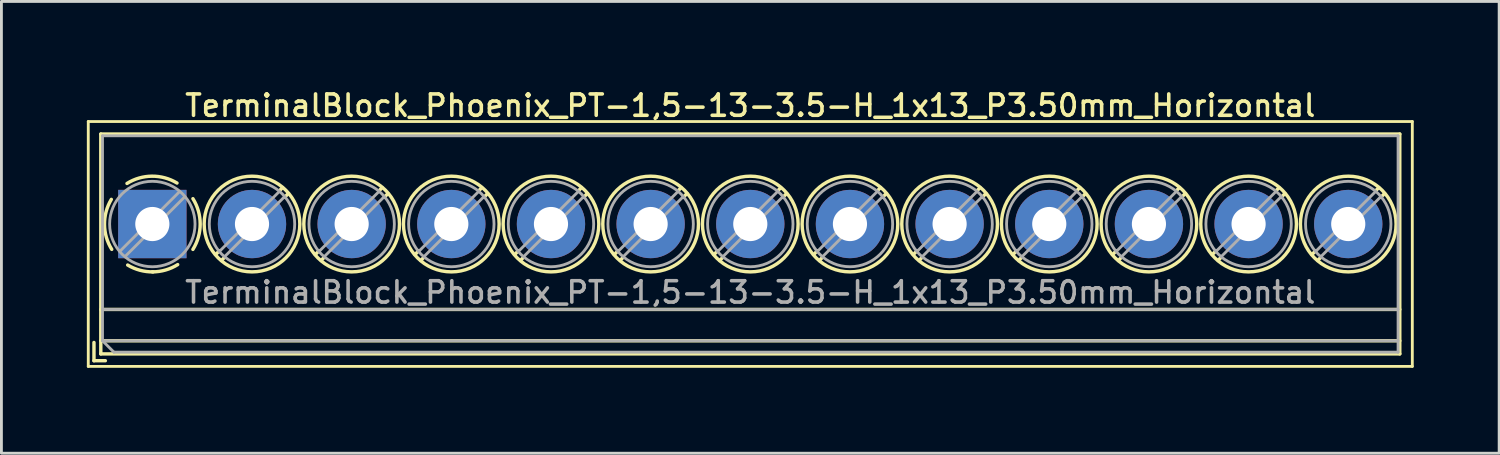
<source format=kicad_pcb>
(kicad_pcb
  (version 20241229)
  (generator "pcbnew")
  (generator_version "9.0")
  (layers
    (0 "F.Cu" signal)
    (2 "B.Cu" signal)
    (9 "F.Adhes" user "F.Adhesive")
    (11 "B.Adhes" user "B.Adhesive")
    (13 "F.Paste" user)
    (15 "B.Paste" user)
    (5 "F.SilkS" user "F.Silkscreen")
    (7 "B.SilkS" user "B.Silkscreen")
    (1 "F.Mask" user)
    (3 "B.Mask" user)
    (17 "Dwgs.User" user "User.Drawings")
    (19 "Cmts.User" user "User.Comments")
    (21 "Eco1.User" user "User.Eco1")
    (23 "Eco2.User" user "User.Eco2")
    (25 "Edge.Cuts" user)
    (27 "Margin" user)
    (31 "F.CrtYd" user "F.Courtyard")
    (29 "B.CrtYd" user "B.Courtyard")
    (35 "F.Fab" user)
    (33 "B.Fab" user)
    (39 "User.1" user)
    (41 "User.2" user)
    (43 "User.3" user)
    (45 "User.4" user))
  (footprint "TerminalBlock_Phoenix_PT-1,5-13-3.5-H_1x13_P3.50mm_Horizontal"
    (layer "F.Cu")
    (at 2.3 4.818)
    (property "Reference" "TerminalBlock_Phoenix_PT-1,5-13-3.5-H_1x13_P3.50mm_Horizontal" (at 21 -4.16 0) (layer "F.SilkS") (effects (font (size 0.75 0.75) (thickness 0.125))))
    (attr through_hole)
    (fp_line (start -2.25 -3.6) (end -2.25 5) (stroke (width 0.1) (type solid)) (layer "F.SilkS"))
    (fp_line (start -2.25 5) (end 44.25 5) (stroke (width 0.1) (type solid)) (layer "F.SilkS"))
    (fp_line (start -2.05 4.16) (end -2.05 4.8) (stroke (width 0.12) (type solid)) (layer "F.SilkS"))
    (fp_line (start -2.05 4.8) (end -1.65 4.8) (stroke (width 0.12) (type solid)) (layer "F.SilkS"))
    (fp_line (start -1.81 -3.16) (end -1.81 4.56) (stroke (width 0.12) (type solid)) (layer "F.SilkS"))
    (fp_line (start -1.81 -3.16) (end 43.81 -3.16) (stroke (width 0.12) (type solid)) (layer "F.SilkS"))
    (fp_line (start -1.81 3) (end 43.81 3) (stroke (width 0.12) (type solid)) (layer "F.SilkS"))
    (fp_line (start -1.81 4.1) (end 43.81 4.1) (stroke (width 0.12) (type solid)) (layer "F.SilkS"))
    (fp_line (start -1.81 4.56) (end 43.81 4.56) (stroke (width 0.12) (type solid)) (layer "F.SilkS"))
    (fp_line (start 2.355 0.941) (end 2.226 1.069) (stroke (width 0.12) (type solid)) (layer "F.SilkS"))
    (fp_line (start 2.525 1.181) (end 2.431 1.274) (stroke (width 0.12) (type solid)) (layer "F.SilkS"))
    (fp_line (start 4.57 -1.275) (end 4.476 -1.181) (stroke (width 0.12) (type solid)) (layer "F.SilkS"))
    (fp_line (start 4.775 -1.069) (end 4.646 -0.941) (stroke (width 0.12) (type solid)) (layer "F.SilkS"))
    (fp_line (start 5.855 0.941) (end 5.726 1.069) (stroke (width 0.12) (type solid)) (layer "F.SilkS"))
    (fp_line (start 6.025 1.181) (end 5.931 1.274) (stroke (width 0.12) (type solid)) (layer "F.SilkS"))
    (fp_line (start 8.07 -1.275) (end 7.976 -1.181) (stroke (width 0.12) (type solid)) (layer "F.SilkS"))
    (fp_line (start 8.275 -1.069) (end 8.146 -0.941) (stroke (width 0.12) (type solid)) (layer "F.SilkS"))
    (fp_line (start 9.355 0.941) (end 9.226 1.069) (stroke (width 0.12) (type solid)) (layer "F.SilkS"))
    (fp_line (start 9.525 1.181) (end 9.431 1.274) (stroke (width 0.12) (type solid)) (layer "F.SilkS"))
    (fp_line (start 11.57 -1.275) (end 11.476 -1.181) (stroke (width 0.12) (type solid)) (layer "F.SilkS"))
    (fp_line (start 11.775 -1.069) (end 11.646 -0.941) (stroke (width 0.12) (type solid)) (layer "F.SilkS"))
    (fp_line (start 12.855 0.941) (end 12.726 1.069) (stroke (width 0.12) (type solid)) (layer "F.SilkS"))
    (fp_line (start 13.025 1.181) (end 12.931 1.274) (stroke (width 0.12) (type solid)) (layer "F.SilkS"))
    (fp_line (start 15.07 -1.275) (end 14.976 -1.181) (stroke (width 0.12) (type solid)) (layer "F.SilkS"))
    (fp_line (start 15.275 -1.069) (end 15.146 -0.941) (stroke (width 0.12) (type solid)) (layer "F.SilkS"))
    (fp_line (start 16.355 0.941) (end 16.226 1.069) (stroke (width 0.12) (type solid)) (layer "F.SilkS"))
    (fp_line (start 16.525 1.181) (end 16.431 1.274) (stroke (width 0.12) (type solid)) (layer "F.SilkS"))
    (fp_line (start 18.57 -1.275) (end 18.476 -1.181) (stroke (width 0.12) (type solid)) (layer "F.SilkS"))
    (fp_line (start 18.775 -1.069) (end 18.646 -0.941) (stroke (width 0.12) (type solid)) (layer "F.SilkS"))
    (fp_line (start 19.855 0.941) (end 19.726 1.069) (stroke (width 0.12) (type solid)) (layer "F.SilkS"))
    (fp_line (start 20.025 1.181) (end 19.931 1.274) (stroke (width 0.12) (type solid)) (layer "F.SilkS"))
    (fp_line (start 22.07 -1.275) (end 21.976 -1.181) (stroke (width 0.12) (type solid)) (layer "F.SilkS"))
    (fp_line (start 22.275 -1.069) (end 22.146 -0.941) (stroke (width 0.12) (type solid)) (layer "F.SilkS"))
    (fp_line (start 23.355 0.941) (end 23.226 1.069) (stroke (width 0.12) (type solid)) (layer "F.SilkS"))
    (fp_line (start 23.525 1.181) (end 23.431 1.274) (stroke (width 0.12) (type solid)) (layer "F.SilkS"))
    (fp_line (start 25.57 -1.275) (end 25.476 -1.181) (stroke (width 0.12) (type solid)) (layer "F.SilkS"))
    (fp_line (start 25.775 -1.069) (end 25.646 -0.941) (stroke (width 0.12) (type solid)) (layer "F.SilkS"))
    (fp_line (start 26.855 0.941) (end 26.726 1.069) (stroke (width 0.12) (type solid)) (layer "F.SilkS"))
    (fp_line (start 27.025 1.181) (end 26.931 1.274) (stroke (width 0.12) (type solid)) (layer "F.SilkS"))
    (fp_line (start 29.07 -1.275) (end 28.976 -1.181) (stroke (width 0.12) (type solid)) (layer "F.SilkS"))
    (fp_line (start 29.275 -1.069) (end 29.146 -0.941) (stroke (width 0.12) (type solid)) (layer "F.SilkS"))
    (fp_line (start 30.355 0.941) (end 30.226 1.069) (stroke (width 0.12) (type solid)) (layer "F.SilkS"))
    (fp_line (start 30.525 1.181) (end 30.431 1.274) (stroke (width 0.12) (type solid)) (layer "F.SilkS"))
    (fp_line (start 32.57 -1.275) (end 32.476 -1.181) (stroke (width 0.12) (type solid)) (layer "F.SilkS"))
    (fp_line (start 32.775 -1.069) (end 32.646 -0.941) (stroke (width 0.12) (type solid)) (layer "F.SilkS"))
    (fp_line (start 33.855 0.941) (end 33.726 1.069) (stroke (width 0.12) (type solid)) (layer "F.SilkS"))
    (fp_line (start 34.025 1.181) (end 33.931 1.274) (stroke (width 0.12) (type solid)) (layer "F.SilkS"))
    (fp_line (start 36.07 -1.275) (end 35.976 -1.181) (stroke (width 0.12) (type solid)) (layer "F.SilkS"))
    (fp_line (start 36.275 -1.069) (end 36.146 -0.941) (stroke (width 0.12) (type solid)) (layer "F.SilkS"))
    (fp_line (start 37.355 0.941) (end 37.226 1.069) (stroke (width 0.12) (type solid)) (layer "F.SilkS"))
    (fp_line (start 37.525 1.181) (end 37.431 1.274) (stroke (width 0.12) (type solid)) (layer "F.SilkS"))
    (fp_line (start 39.57 -1.275) (end 39.476 -1.181) (stroke (width 0.12) (type solid)) (layer "F.SilkS"))
    (fp_line (start 39.775 -1.069) (end 39.646 -0.941) (stroke (width 0.12) (type solid)) (layer "F.SilkS"))
    (fp_line (start 40.855 0.941) (end 40.726 1.069) (stroke (width 0.12) (type solid)) (layer "F.SilkS"))
    (fp_line (start 41.025 1.181) (end 40.931 1.274) (stroke (width 0.12) (type solid)) (layer "F.SilkS"))
    (fp_line (start 43.07 -1.275) (end 42.976 -1.181) (stroke (width 0.12) (type solid)) (layer "F.SilkS"))
    (fp_line (start 43.275 -1.069) (end 43.146 -0.941) (stroke (width 0.12) (type solid)) (layer "F.SilkS"))
    (fp_line (start 43.81 -3.16) (end 43.81 4.56) (stroke (width 0.12) (type solid)) (layer "F.SilkS"))
    (fp_line (start 44.25 -3.6) (end -2.25 -3.6) (stroke (width 0.1) (type solid)) (layer "F.SilkS"))
    (fp_line (start 44.25 5) (end 44.25 -3.6) (stroke (width 0.1) (type solid)) (layer "F.SilkS"))
    (fp_arc (start -1.425358 0.889894) (mid -1.680286 0.014012) (end -1.44 -0.866) (stroke (width 0.12) (type solid)) (layer "F.SilkS"))
    (fp_arc (start -0.889894 -1.425358) (mid -0.014012 -1.680286) (end 0.866 -1.44) (stroke (width 0.12) (type solid)) (layer "F.SilkS"))
    (fp_arc (start 0.028674 1.680099) (mid -0.435535 1.622918) (end -0.866 1.44) (stroke (width 0.12) (type solid)) (layer "F.SilkS"))
    (fp_arc (start 0.890264 1.424721) (mid 0.463071 1.61492) (end 0 1.68) (stroke (width 0.12) (type solid)) (layer "F.SilkS"))
    (fp_arc (start 1.425504 -0.890193) (mid 1.680626 0.000476) (end 1.425 0.891) (stroke (width 0.12) (type solid)) (layer "F.SilkS"))
    (fp_circle (center 3.5 0) (end 5.18 0) (stroke (width 0.12) (type solid)) (fill no) (layer "F.SilkS"))
    (fp_circle (center 7 0) (end 8.68 0) (stroke (width 0.12) (type solid)) (fill no) (layer "F.SilkS"))
    (fp_circle (center 10.5 0) (end 12.18 0) (stroke (width 0.12) (type solid)) (fill no) (layer "F.SilkS"))
    (fp_circle (center 14 0) (end 15.68 0) (stroke (width 0.12) (type solid)) (fill no) (layer "F.SilkS"))
    (fp_circle (center 17.5 0) (end 19.18 0) (stroke (width 0.12) (type solid)) (fill no) (layer "F.SilkS"))
    (fp_circle (center 21 0) (end 22.68 0) (stroke (width 0.12) (type solid)) (fill no) (layer "F.SilkS"))
    (fp_circle (center 24.5 0) (end 26.18 0) (stroke (width 0.12) (type solid)) (fill no) (layer "F.SilkS"))
    (fp_circle (center 28 0) (end 29.68 0) (stroke (width 0.12) (type solid)) (fill no) (layer "F.SilkS"))
    (fp_circle (center 31.5 0) (end 33.18 0) (stroke (width 0.12) (type solid)) (fill no) (layer "F.SilkS"))
    (fp_circle (center 35 0) (end 36.68 0) (stroke (width 0.12) (type solid)) (fill no) (layer "F.SilkS"))
    (fp_circle (center 38.5 0) (end 40.18 0) (stroke (width 0.12) (type solid)) (fill no) (layer "F.SilkS"))
    (fp_circle (center 42 0) (end 43.68 0) (stroke (width 0.12) (type solid)) (fill no) (layer "F.SilkS"))
    (fp_line (start -1.75 -3.1) (end 43.75 -3.1) (stroke (width 0.1) (type solid)) (layer "F.Fab"))
    (fp_line (start -1.75 3) (end 43.75 3) (stroke (width 0.1) (type solid)) (layer "F.Fab"))
    (fp_line (start -1.75 4.1) (end -1.75 -3.1) (stroke (width 0.1) (type solid)) (layer "F.Fab"))
    (fp_line (start -1.75 4.1) (end 43.75 4.1) (stroke (width 0.1) (type solid)) (layer "F.Fab"))
    (fp_line (start -1.35 4.5) (end -1.75 4.1) (stroke (width 0.1) (type solid)) (layer "F.Fab"))
    (fp_line (start 0.955 -1.138) (end -1.138 0.955) (stroke (width 0.1) (type solid)) (layer "F.Fab"))
    (fp_line (start 1.138 -0.955) (end -0.955 1.138) (stroke (width 0.1) (type solid)) (layer "F.Fab"))
    (fp_line (start 4.455 -1.138) (end 2.363 0.955) (stroke (width 0.1) (type solid)) (layer "F.Fab"))
    (fp_line (start 4.638 -0.955) (end 2.546 1.138) (stroke (width 0.1) (type solid)) (layer "F.Fab"))
    (fp_line (start 7.955 -1.138) (end 5.863 0.955) (stroke (width 0.1) (type solid)) (layer "F.Fab"))
    (fp_line (start 8.138 -0.955) (end 6.046 1.138) (stroke (width 0.1) (type solid)) (layer "F.Fab"))
    (fp_line (start 11.455 -1.138) (end 9.363 0.955) (stroke (width 0.1) (type solid)) (layer "F.Fab"))
    (fp_line (start 11.638 -0.955) (end 9.546 1.138) (stroke (width 0.1) (type solid)) (layer "F.Fab"))
    (fp_line (start 14.955 -1.138) (end 12.863 0.955) (stroke (width 0.1) (type solid)) (layer "F.Fab"))
    (fp_line (start 15.138 -0.955) (end 13.046 1.138) (stroke (width 0.1) (type solid)) (layer "F.Fab"))
    (fp_line (start 18.455 -1.138) (end 16.363 0.955) (stroke (width 0.1) (type solid)) (layer "F.Fab"))
    (fp_line (start 18.638 -0.955) (end 16.546 1.138) (stroke (width 0.1) (type solid)) (layer "F.Fab"))
    (fp_line (start 21.955 -1.138) (end 19.863 0.955) (stroke (width 0.1) (type solid)) (layer "F.Fab"))
    (fp_line (start 22.138 -0.955) (end 20.046 1.138) (stroke (width 0.1) (type solid)) (layer "F.Fab"))
    (fp_line (start 25.455 -1.138) (end 23.363 0.955) (stroke (width 0.1) (type solid)) (layer "F.Fab"))
    (fp_line (start 25.638 -0.955) (end 23.546 1.138) (stroke (width 0.1) (type solid)) (layer "F.Fab"))
    (fp_line (start 28.955 -1.138) (end 26.863 0.955) (stroke (width 0.1) (type solid)) (layer "F.Fab"))
    (fp_line (start 29.138 -0.955) (end 27.046 1.138) (stroke (width 0.1) (type solid)) (layer "F.Fab"))
    (fp_line (start 32.455 -1.138) (end 30.363 0.955) (stroke (width 0.1) (type solid)) (layer "F.Fab"))
    (fp_line (start 32.638 -0.955) (end 30.546 1.138) (stroke (width 0.1) (type solid)) (layer "F.Fab"))
    (fp_line (start 35.955 -1.138) (end 33.863 0.955) (stroke (width 0.1) (type solid)) (layer "F.Fab"))
    (fp_line (start 36.138 -0.955) (end 34.046 1.138) (stroke (width 0.1) (type solid)) (layer "F.Fab"))
    (fp_line (start 39.455 -1.138) (end 37.363 0.955) (stroke (width 0.1) (type solid)) (layer "F.Fab"))
    (fp_line (start 39.638 -0.955) (end 37.546 1.138) (stroke (width 0.1) (type solid)) (layer "F.Fab"))
    (fp_line (start 42.955 -1.138) (end 40.863 0.955) (stroke (width 0.1) (type solid)) (layer "F.Fab"))
    (fp_line (start 43.138 -0.955) (end 41.046 1.138) (stroke (width 0.1) (type solid)) (layer "F.Fab"))
    (fp_line (start 43.75 -3.1) (end 43.75 4.5) (stroke (width 0.1) (type solid)) (layer "F.Fab"))
    (fp_line (start 43.75 4.5) (end -1.35 4.5) (stroke (width 0.1) (type solid)) (layer "F.Fab"))
    (fp_circle (center 0 0) (end 1.5 0) (stroke (width 0.1) (type solid)) (fill no) (layer "F.Fab"))
    (fp_circle (center 3.5 0) (end 5 0) (stroke (width 0.1) (type solid)) (fill no) (layer "F.Fab"))
    (fp_circle (center 7 0) (end 8.5 0) (stroke (width 0.1) (type solid)) (fill no) (layer "F.Fab"))
    (fp_circle (center 10.5 0) (end 12 0) (stroke (width 0.1) (type solid)) (fill no) (layer "F.Fab"))
    (fp_circle (center 14 0) (end 15.5 0) (stroke (width 0.1) (type solid)) (fill no) (layer "F.Fab"))
    (fp_circle (center 17.5 0) (end 19 0) (stroke (width 0.1) (type solid)) (fill no) (layer "F.Fab"))
    (fp_circle (center 21 0) (end 22.5 0) (stroke (width 0.1) (type solid)) (fill no) (layer "F.Fab"))
    (fp_circle (center 24.5 0) (end 26 0) (stroke (width 0.1) (type solid)) (fill no) (layer "F.Fab"))
    (fp_circle (center 28 0) (end 29.5 0) (stroke (width 0.1) (type solid)) (fill no) (layer "F.Fab"))
    (fp_circle (center 31.5 0) (end 33 0) (stroke (width 0.1) (type solid)) (fill no) (layer "F.Fab"))
    (fp_circle (center 35 0) (end 36.5 0) (stroke (width 0.1) (type solid)) (fill no) (layer "F.Fab"))
    (fp_circle (center 38.5 0) (end 40 0) (stroke (width 0.1) (type solid)) (fill no) (layer "F.Fab"))
    (fp_circle (center 42 0) (end 43.5 0) (stroke (width 0.1) (type solid)) (fill no) (layer "F.Fab"))
    (fp_text user "${REFERENCE}" (at 21 2.4 0) (layer "F.Fab") (effects (font (size 0.75 0.75) (thickness 0.125))))
    (pad "1" thru_hole rect (at 0 0) (size 2.4 2.4) (drill 1.2) (layers "*.Cu" "*.Mask"))
    (pad "2" thru_hole circle (at 3.5 0) (size 2.4 2.4) (drill 1.2) (layers "*.Cu" "*.Mask"))
    (pad "3" thru_hole circle (at 7 0) (size 2.4 2.4) (drill 1.2) (layers "*.Cu" "*.Mask"))
    (pad "4" thru_hole circle (at 10.5 0) (size 2.4 2.4) (drill 1.2) (layers "*.Cu" "*.Mask"))
    (pad "5" thru_hole circle (at 14 0) (size 2.4 2.4) (drill 1.2) (layers "*.Cu" "*.Mask"))
    (pad "6" thru_hole circle (at 17.5 0) (size 2.4 2.4) (drill 1.2) (layers "*.Cu" "*.Mask"))
    (pad "7" thru_hole circle (at 21 0) (size 2.4 2.4) (drill 1.2) (layers "*.Cu" "*.Mask"))
    (pad "8" thru_hole circle (at 24.5 0) (size 2.4 2.4) (drill 1.2) (layers "*.Cu" "*.Mask"))
    (pad "9" thru_hole circle (at 28 0) (size 2.4 2.4) (drill 1.2) (layers "*.Cu" "*.Mask"))
    (pad "10" thru_hole circle (at 31.5 0) (size 2.4 2.4) (drill 1.2) (layers "*.Cu" "*.Mask"))
    (pad "11" thru_hole circle (at 35 0) (size 2.4 2.4) (drill 1.2) (layers "*.Cu" "*.Mask"))
    (pad "12" thru_hole circle (at 38.5 0) (size 2.4 2.4) (drill 1.2) (layers "*.Cu" "*.Mask"))
    (pad "13" thru_hole circle (at 42 0) (size 2.4 2.4) (drill 1.2) (layers "*.Cu" "*.Mask")))
  (gr_rect
    (start -3 -3)
    (end 49.6 12.868)
    (stroke (width 0.1) (type default))
    (fill no)
    (layer "Edge.Cuts")))
</source>
